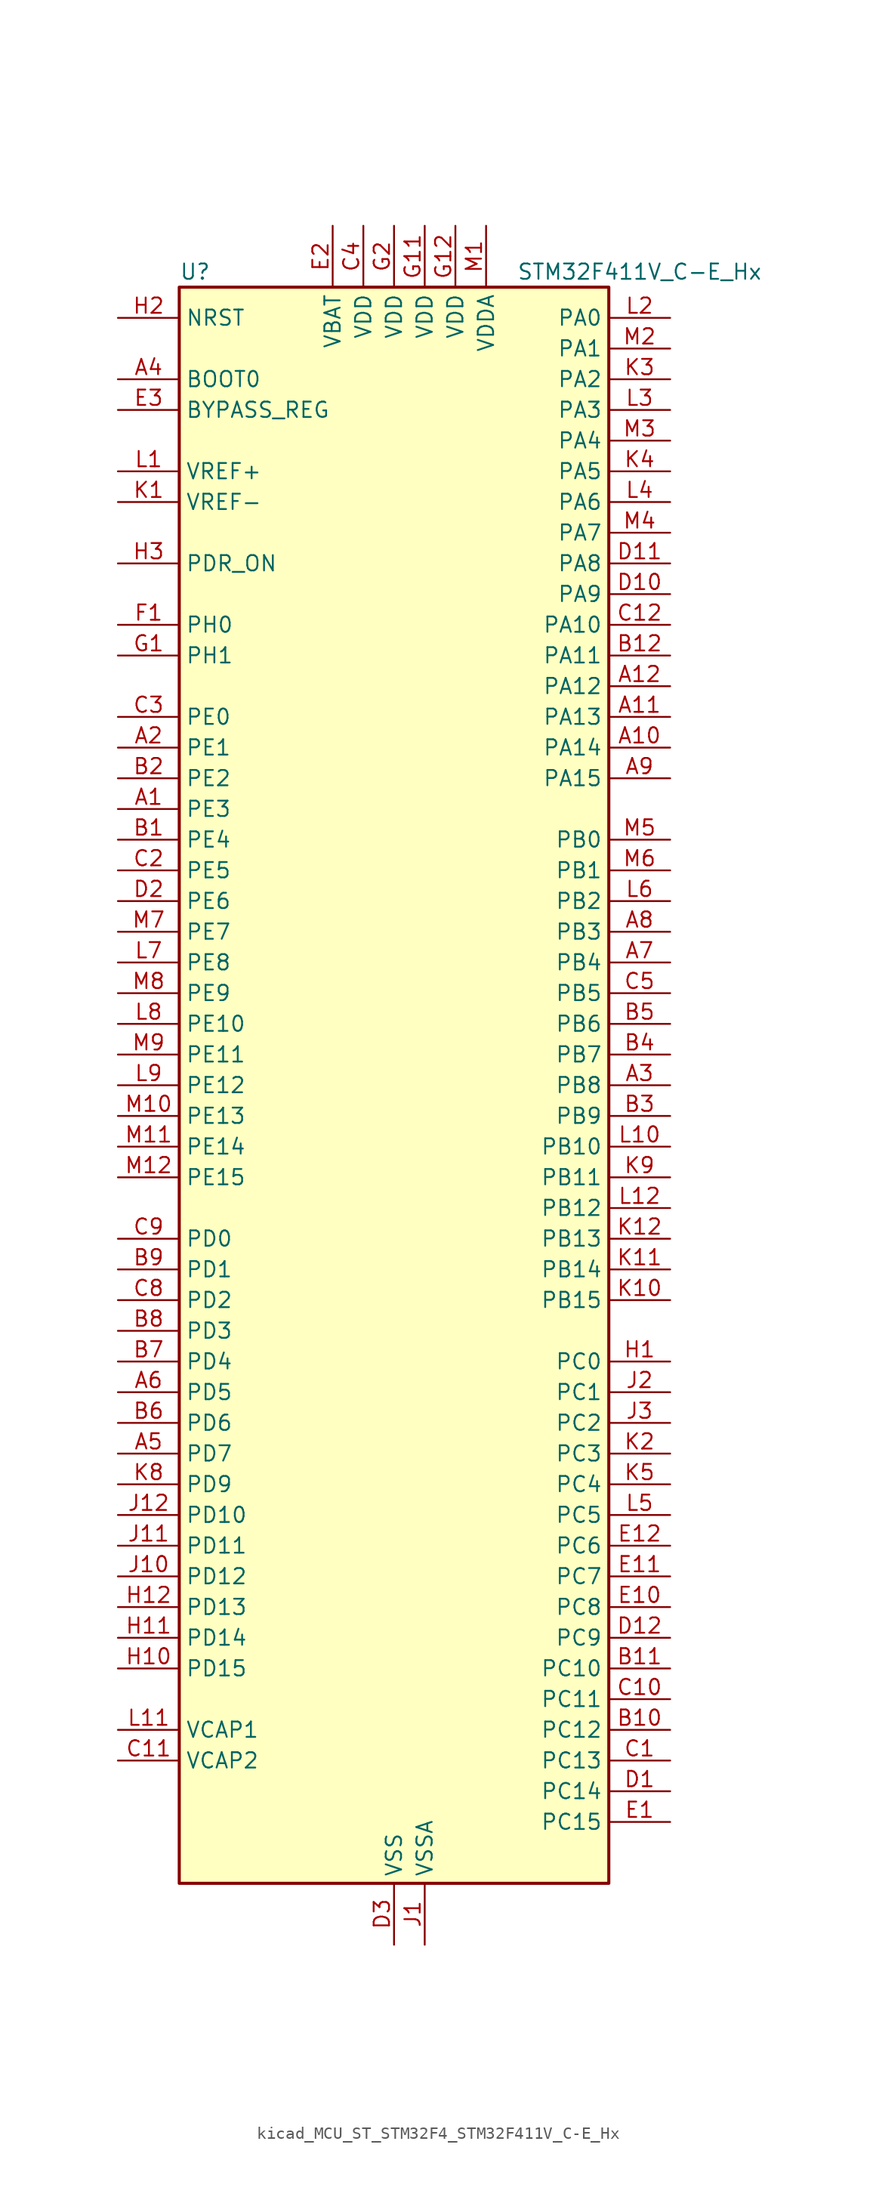
<source format=kicad_sym>
(kicad_symbol_lib
  (version 20220914)
  (generator kicad_symbol_editor)
  (symbol "kicad_MCU_ST_STM32F4_STM32F411V_C-E_Hx"
    (property "Reference" "U"
      (at -17.78 67.31 0)
      (effects (font (size 1.27 1.27)) (justify left)))
    (property "Value" "STM32F411V_C-E_Hx"
      (at 10.16 67.31 0)
      (effects (font (size 1.27 1.27)) (justify left)))
    (property "ki_locked" ""
      (at 0 0 0)
      (effects (font (size 1.27 1.27))))
    (symbol "kicad_MCU_ST_STM32F4_STM32F411V_C-E_Hx_0_1"
      (rectangle (start -17.78 -66.04) (end 17.78 66.04) (stroke (width 0.254) (type default)) (fill (type background))))
    (symbol "kicad_MCU_ST_STM32F4_STM32F411V_C-E_Hx_1_1"
      (pin bidirectional line (at -22.86 22.86 0) (length 5.08) (name "PE3" (effects (font (size 1.27 1.27)))) (number "A1" (effects (font (size 1.27 1.27)))) (alternate "SYS_TRACED0" bidirectional line))
      (pin bidirectional line (at 22.86 27.94 180) (length 5.08) (name "PA14" (effects (font (size 1.27 1.27)))) (number "A10" (effects (font (size 1.27 1.27)))) (alternate "SYS_JTCK-SWCLK" bidirectional line))
      (pin bidirectional line (at 22.86 30.48 180) (length 5.08) (name "PA13" (effects (font (size 1.27 1.27)))) (number "A11" (effects (font (size 1.27 1.27)))) (alternate "SYS_JTMS-SWDIO" bidirectional line))
      (pin bidirectional line (at 22.86 33.02 180) (length 5.08) (name "PA12" (effects (font (size 1.27 1.27)))) (number "A12" (effects (font (size 1.27 1.27)))) (alternate "SPI5_MISO" bidirectional line) (alternate "TIM1_ETR" bidirectional line) (alternate "USART1_RTS" bidirectional line) (alternate "USART6_RX" bidirectional line) (alternate "USB_OTG_FS_DP" bidirectional line))
      (pin bidirectional line (at -22.86 27.94 0) (length 5.08) (name "PE1" (effects (font (size 1.27 1.27)))) (number "A2" (effects (font (size 1.27 1.27)))))
      (pin bidirectional line (at 22.86 0 180) (length 5.08) (name "PB8" (effects (font (size 1.27 1.27)))) (number "A3" (effects (font (size 1.27 1.27)))) (alternate "I2C1_SCL" bidirectional line) (alternate "I2C3_SDA" bidirectional line) (alternate "I2S5_SD" bidirectional line) (alternate "SDIO_D4" bidirectional line) (alternate "SPI5_MOSI" bidirectional line) (alternate "TIM10_CH1" bidirectional line) (alternate "TIM4_CH3" bidirectional line))
      (pin input line (at -22.86 58.42 0) (length 5.08) (name "BOOT0" (effects (font (size 1.27 1.27)))) (number "A4" (effects (font (size 1.27 1.27)))))
      (pin bidirectional line (at -22.86 -30.48 0) (length 5.08) (name "PD7" (effects (font (size 1.27 1.27)))) (number "A5" (effects (font (size 1.27 1.27)))) (alternate "USART2_CK" bidirectional line))
      (pin bidirectional line (at -22.86 -25.4 0) (length 5.08) (name "PD5" (effects (font (size 1.27 1.27)))) (number "A6" (effects (font (size 1.27 1.27)))) (alternate "USART2_TX" bidirectional line))
      (pin bidirectional line (at 22.86 10.16 180) (length 5.08) (name "PB4" (effects (font (size 1.27 1.27)))) (number "A7" (effects (font (size 1.27 1.27)))) (alternate "I2C3_SDA" bidirectional line) (alternate "I2S3_ext_SD" bidirectional line) (alternate "SDIO_D0" bidirectional line) (alternate "SPI1_MISO" bidirectional line) (alternate "SPI3_MISO" bidirectional line) (alternate "SYS_JTRST" bidirectional line) (alternate "TIM3_CH1" bidirectional line))
      (pin bidirectional line (at 22.86 12.7 180) (length 5.08) (name "PB3" (effects (font (size 1.27 1.27)))) (number "A8" (effects (font (size 1.27 1.27)))) (alternate "I2C2_SDA" bidirectional line) (alternate "I2S1_CK" bidirectional line) (alternate "I2S3_CK" bidirectional line) (alternate "SPI1_SCK" bidirectional line) (alternate "SPI3_SCK" bidirectional line) (alternate "SYS_JTDO-SWO" bidirectional line) (alternate "TIM2_CH2" bidirectional line) (alternate "USART1_RX" bidirectional line))
      (pin bidirectional line (at 22.86 25.4 180) (length 5.08) (name "PA15" (effects (font (size 1.27 1.27)))) (number "A9" (effects (font (size 1.27 1.27)))) (alternate "ADC1_EXTI15" bidirectional line) (alternate "I2S1_WS" bidirectional line) (alternate "I2S3_WS" bidirectional line) (alternate "SPI1_NSS" bidirectional line) (alternate "SPI3_NSS" bidirectional line) (alternate "SYS_JTDI" bidirectional line) (alternate "TIM2_CH1" bidirectional line) (alternate "TIM2_ETR" bidirectional line) (alternate "USART1_TX" bidirectional line))
      (pin bidirectional line (at -22.86 20.32 0) (length 5.08) (name "PE4" (effects (font (size 1.27 1.27)))) (number "B1" (effects (font (size 1.27 1.27)))) (alternate "I2S4_WS" bidirectional line) (alternate "I2S5_WS" bidirectional line) (alternate "SPI4_NSS" bidirectional line) (alternate "SPI5_NSS" bidirectional line) (alternate "SYS_TRACED1" bidirectional line))
      (pin bidirectional line (at 22.86 -53.34 180) (length 5.08) (name "PC12" (effects (font (size 1.27 1.27)))) (number "B10" (effects (font (size 1.27 1.27)))) (alternate "I2S3_SD" bidirectional line) (alternate "SDIO_CK" bidirectional line) (alternate "SPI3_MOSI" bidirectional line))
      (pin bidirectional line (at 22.86 -48.26 180) (length 5.08) (name "PC10" (effects (font (size 1.27 1.27)))) (number "B11" (effects (font (size 1.27 1.27)))) (alternate "I2S3_CK" bidirectional line) (alternate "SDIO_D2" bidirectional line) (alternate "SPI3_SCK" bidirectional line))
      (pin bidirectional line (at 22.86 35.56 180) (length 5.08) (name "PA11" (effects (font (size 1.27 1.27)))) (number "B12" (effects (font (size 1.27 1.27)))) (alternate "ADC1_EXTI11" bidirectional line) (alternate "SPI4_MISO" bidirectional line) (alternate "TIM1_CH4" bidirectional line) (alternate "USART1_CTS" bidirectional line) (alternate "USART6_TX" bidirectional line) (alternate "USB_OTG_FS_DM" bidirectional line))
      (pin bidirectional line (at -22.86 25.4 0) (length 5.08) (name "PE2" (effects (font (size 1.27 1.27)))) (number "B2" (effects (font (size 1.27 1.27)))) (alternate "I2S4_CK" bidirectional line) (alternate "I2S5_CK" bidirectional line) (alternate "SPI4_SCK" bidirectional line) (alternate "SPI5_SCK" bidirectional line) (alternate "SYS_TRACECLK" bidirectional line))
      (pin bidirectional line (at 22.86 -2.54 180) (length 5.08) (name "PB9" (effects (font (size 1.27 1.27)))) (number "B3" (effects (font (size 1.27 1.27)))) (alternate "I2C1_SDA" bidirectional line) (alternate "I2C2_SDA" bidirectional line) (alternate "I2S2_WS" bidirectional line) (alternate "SDIO_D5" bidirectional line) (alternate "SPI2_NSS" bidirectional line) (alternate "TIM11_CH1" bidirectional line) (alternate "TIM4_CH4" bidirectional line))
      (pin bidirectional line (at 22.86 2.54 180) (length 5.08) (name "PB7" (effects (font (size 1.27 1.27)))) (number "B4" (effects (font (size 1.27 1.27)))) (alternate "I2C1_SDA" bidirectional line) (alternate "SDIO_D0" bidirectional line) (alternate "TIM4_CH2" bidirectional line) (alternate "USART1_RX" bidirectional line))
      (pin bidirectional line (at 22.86 5.08 180) (length 5.08) (name "PB6" (effects (font (size 1.27 1.27)))) (number "B5" (effects (font (size 1.27 1.27)))) (alternate "I2C1_SCL" bidirectional line) (alternate "TIM4_CH1" bidirectional line) (alternate "USART1_TX" bidirectional line))
      (pin bidirectional line (at -22.86 -27.94 0) (length 5.08) (name "PD6" (effects (font (size 1.27 1.27)))) (number "B6" (effects (font (size 1.27 1.27)))) (alternate "I2S3_SD" bidirectional line) (alternate "SPI3_MOSI" bidirectional line) (alternate "USART2_RX" bidirectional line))
      (pin bidirectional line (at -22.86 -22.86 0) (length 5.08) (name "PD4" (effects (font (size 1.27 1.27)))) (number "B7" (effects (font (size 1.27 1.27)))) (alternate "USART2_RTS" bidirectional line))
      (pin bidirectional line (at -22.86 -20.32 0) (length 5.08) (name "PD3" (effects (font (size 1.27 1.27)))) (number "B8" (effects (font (size 1.27 1.27)))) (alternate "I2S2_CK" bidirectional line) (alternate "SPI2_SCK" bidirectional line) (alternate "USART2_CTS" bidirectional line))
      (pin bidirectional line (at -22.86 -15.24 0) (length 5.08) (name "PD1" (effects (font (size 1.27 1.27)))) (number "B9" (effects (font (size 1.27 1.27)))))
      (pin bidirectional line (at 22.86 -55.88 180) (length 5.08) (name "PC13" (effects (font (size 1.27 1.27)))) (number "C1" (effects (font (size 1.27 1.27)))) (alternate "RTC_AF1" bidirectional line))
      (pin bidirectional line (at 22.86 -50.8 180) (length 5.08) (name "PC11" (effects (font (size 1.27 1.27)))) (number "C10" (effects (font (size 1.27 1.27)))) (alternate "ADC1_EXTI11" bidirectional line) (alternate "I2S3_ext_SD" bidirectional line) (alternate "SDIO_D3" bidirectional line) (alternate "SPI3_MISO" bidirectional line))
      (pin power_out line (at -22.86 -55.88 0) (length 5.08) (name "VCAP2" (effects (font (size 1.27 1.27)))) (number "C11" (effects (font (size 1.27 1.27)))))
      (pin bidirectional line (at 22.86 38.1 180) (length 5.08) (name "PA10" (effects (font (size 1.27 1.27)))) (number "C12" (effects (font (size 1.27 1.27)))) (alternate "I2S5_SD" bidirectional line) (alternate "SPI5_MOSI" bidirectional line) (alternate "TIM1_CH3" bidirectional line) (alternate "USART1_RX" bidirectional line) (alternate "USB_OTG_FS_ID" bidirectional line))
      (pin bidirectional line (at -22.86 17.78 0) (length 5.08) (name "PE5" (effects (font (size 1.27 1.27)))) (number "C2" (effects (font (size 1.27 1.27)))) (alternate "SPI4_MISO" bidirectional line) (alternate "SPI5_MISO" bidirectional line) (alternate "SYS_TRACED2" bidirectional line) (alternate "TIM9_CH1" bidirectional line))
      (pin bidirectional line (at -22.86 30.48 0) (length 5.08) (name "PE0" (effects (font (size 1.27 1.27)))) (number "C3" (effects (font (size 1.27 1.27)))) (alternate "TIM4_ETR" bidirectional line))
      (pin power_in line (at -2.54 71.12 270) (length 5.08) (name "VDD" (effects (font (size 1.27 1.27)))) (number "C4" (effects (font (size 1.27 1.27)))))
      (pin bidirectional line (at 22.86 7.62 180) (length 5.08) (name "PB5" (effects (font (size 1.27 1.27)))) (number "C5" (effects (font (size 1.27 1.27)))) (alternate "I2C1_SMBA" bidirectional line) (alternate "I2S1_SD" bidirectional line) (alternate "I2S3_SD" bidirectional line) (alternate "SDIO_D3" bidirectional line) (alternate "SPI1_MOSI" bidirectional line) (alternate "SPI3_MOSI" bidirectional line) (alternate "TIM3_CH2" bidirectional line))
      (pin bidirectional line (at -22.86 -17.78 0) (length 5.08) (name "PD2" (effects (font (size 1.27 1.27)))) (number "C8" (effects (font (size 1.27 1.27)))) (alternate "SDIO_CMD" bidirectional line) (alternate "TIM3_ETR" bidirectional line))
      (pin bidirectional line (at -22.86 -12.7 0) (length 5.08) (name "PD0" (effects (font (size 1.27 1.27)))) (number "C9" (effects (font (size 1.27 1.27)))))
      (pin bidirectional line (at 22.86 -58.42 180) (length 5.08) (name "PC14" (effects (font (size 1.27 1.27)))) (number "D1" (effects (font (size 1.27 1.27)))) (alternate "RCC_OSC32_IN" bidirectional line))
      (pin bidirectional line (at 22.86 40.64 180) (length 5.08) (name "PA9" (effects (font (size 1.27 1.27)))) (number "D10" (effects (font (size 1.27 1.27)))) (alternate "I2C3_SMBA" bidirectional line) (alternate "SDIO_D2" bidirectional line) (alternate "TIM1_CH2" bidirectional line) (alternate "USART1_TX" bidirectional line) (alternate "USB_OTG_FS_VBUS" bidirectional line))
      (pin bidirectional line (at 22.86 43.18 180) (length 5.08) (name "PA8" (effects (font (size 1.27 1.27)))) (number "D11" (effects (font (size 1.27 1.27)))) (alternate "I2C3_SCL" bidirectional line) (alternate "RCC_MCO_1" bidirectional line) (alternate "SDIO_D1" bidirectional line) (alternate "TIM1_CH1" bidirectional line) (alternate "USART1_CK" bidirectional line) (alternate "USB_OTG_FS_SOF" bidirectional line))
      (pin bidirectional line (at 22.86 -45.72 180) (length 5.08) (name "PC9" (effects (font (size 1.27 1.27)))) (number "D12" (effects (font (size 1.27 1.27)))) (alternate "I2C3_SDA" bidirectional line) (alternate "I2S_CKIN" bidirectional line) (alternate "RCC_MCO_2" bidirectional line) (alternate "SDIO_D1" bidirectional line) (alternate "TIM3_CH4" bidirectional line))
      (pin bidirectional line (at -22.86 15.24 0) (length 5.08) (name "PE6" (effects (font (size 1.27 1.27)))) (number "D2" (effects (font (size 1.27 1.27)))) (alternate "I2S4_SD" bidirectional line) (alternate "I2S5_SD" bidirectional line) (alternate "SPI4_MOSI" bidirectional line) (alternate "SPI5_MOSI" bidirectional line) (alternate "SYS_TRACED3" bidirectional line) (alternate "TIM9_CH2" bidirectional line))
      (pin power_in line (at 0 -71.12 90) (length 5.08) (name "VSS" (effects (font (size 1.27 1.27)))) (number "D3" (effects (font (size 1.27 1.27)))))
      (pin bidirectional line (at 22.86 -60.96 180) (length 5.08) (name "PC15" (effects (font (size 1.27 1.27)))) (number "E1" (effects (font (size 1.27 1.27)))) (alternate "ADC1_EXTI15" bidirectional line) (alternate "RCC_OSC32_OUT" bidirectional line))
      (pin bidirectional line (at 22.86 -43.18 180) (length 5.08) (name "PC8" (effects (font (size 1.27 1.27)))) (number "E10" (effects (font (size 1.27 1.27)))) (alternate "SDIO_D0" bidirectional line) (alternate "TIM3_CH3" bidirectional line) (alternate "USART6_CK" bidirectional line))
      (pin bidirectional line (at 22.86 -40.64 180) (length 5.08) (name "PC7" (effects (font (size 1.27 1.27)))) (number "E11" (effects (font (size 1.27 1.27)))) (alternate "I2S2_CK" bidirectional line) (alternate "I2S3_MCK" bidirectional line) (alternate "SDIO_D7" bidirectional line) (alternate "SPI2_SCK" bidirectional line) (alternate "TIM3_CH2" bidirectional line) (alternate "USART6_RX" bidirectional line))
      (pin bidirectional line (at 22.86 -38.1 180) (length 5.08) (name "PC6" (effects (font (size 1.27 1.27)))) (number "E12" (effects (font (size 1.27 1.27)))) (alternate "I2S2_MCK" bidirectional line) (alternate "SDIO_D6" bidirectional line) (alternate "TIM3_CH1" bidirectional line) (alternate "USART6_TX" bidirectional line))
      (pin power_in line (at -5.08 71.12 270) (length 5.08) (name "VBAT" (effects (font (size 1.27 1.27)))) (number "E2" (effects (font (size 1.27 1.27)))))
      (pin input line (at -22.86 55.88 0) (length 5.08) (name "BYPASS_REG" (effects (font (size 1.27 1.27)))) (number "E3" (effects (font (size 1.27 1.27)))))
      (pin bidirectional line (at -22.86 38.1 0) (length 5.08) (name "PH0" (effects (font (size 1.27 1.27)))) (number "F1" (effects (font (size 1.27 1.27)))) (alternate "RCC_OSC_IN" bidirectional line))
      (pin passive line (at 0 -71.12 90) (length 5.08) hide (name "VSS" (effects (font (size 1.27 1.27)))) (number "F11" (effects (font (size 1.27 1.27)))))
      (pin passive line (at 0 -71.12 90) (length 5.08) hide (name "VSS" (effects (font (size 1.27 1.27)))) (number "F12" (effects (font (size 1.27 1.27)))))
      (pin passive line (at 0 -71.12 90) (length 5.08) hide (name "VSS" (effects (font (size 1.27 1.27)))) (number "F2" (effects (font (size 1.27 1.27)))))
      (pin bidirectional line (at -22.86 35.56 0) (length 5.08) (name "PH1" (effects (font (size 1.27 1.27)))) (number "G1" (effects (font (size 1.27 1.27)))) (alternate "RCC_OSC_OUT" bidirectional line))
      (pin power_in line (at 2.54 71.12 270) (length 5.08) (name "VDD" (effects (font (size 1.27 1.27)))) (number "G11" (effects (font (size 1.27 1.27)))))
      (pin power_in line (at 5.08 71.12 270) (length 5.08) (name "VDD" (effects (font (size 1.27 1.27)))) (number "G12" (effects (font (size 1.27 1.27)))))
      (pin power_in line (at 0 71.12 270) (length 5.08) (name "VDD" (effects (font (size 1.27 1.27)))) (number "G2" (effects (font (size 1.27 1.27)))))
      (pin bidirectional line (at 22.86 -22.86 180) (length 5.08) (name "PC0" (effects (font (size 1.27 1.27)))) (number "H1" (effects (font (size 1.27 1.27)))) (alternate "ADC1_IN10" bidirectional line))
      (pin bidirectional line (at -22.86 -48.26 0) (length 5.08) (name "PD15" (effects (font (size 1.27 1.27)))) (number "H10" (effects (font (size 1.27 1.27)))) (alternate "ADC1_EXTI15" bidirectional line) (alternate "TIM4_CH4" bidirectional line))
      (pin bidirectional line (at -22.86 -45.72 0) (length 5.08) (name "PD14" (effects (font (size 1.27 1.27)))) (number "H11" (effects (font (size 1.27 1.27)))) (alternate "TIM4_CH3" bidirectional line))
      (pin bidirectional line (at -22.86 -43.18 0) (length 5.08) (name "PD13" (effects (font (size 1.27 1.27)))) (number "H12" (effects (font (size 1.27 1.27)))) (alternate "TIM4_CH2" bidirectional line))
      (pin input line (at -22.86 63.5 0) (length 5.08) (name "NRST" (effects (font (size 1.27 1.27)))) (number "H2" (effects (font (size 1.27 1.27)))))
      (pin input line (at -22.86 43.18 0) (length 5.08) (name "PDR_ON" (effects (font (size 1.27 1.27)))) (number "H3" (effects (font (size 1.27 1.27)))))
      (pin power_in line (at 2.54 -71.12 90) (length 5.08) (name "VSSA" (effects (font (size 1.27 1.27)))) (number "J1" (effects (font (size 1.27 1.27)))))
      (pin bidirectional line (at -22.86 -40.64 0) (length 5.08) (name "PD12" (effects (font (size 1.27 1.27)))) (number "J10" (effects (font (size 1.27 1.27)))) (alternate "TIM4_CH1" bidirectional line))
      (pin bidirectional line (at -22.86 -38.1 0) (length 5.08) (name "PD11" (effects (font (size 1.27 1.27)))) (number "J11" (effects (font (size 1.27 1.27)))) (alternate "ADC1_EXTI11" bidirectional line))
      (pin bidirectional line (at -22.86 -35.56 0) (length 5.08) (name "PD10" (effects (font (size 1.27 1.27)))) (number "J12" (effects (font (size 1.27 1.27)))))
      (pin bidirectional line (at 22.86 -25.4 180) (length 5.08) (name "PC1" (effects (font (size 1.27 1.27)))) (number "J2" (effects (font (size 1.27 1.27)))) (alternate "ADC1_IN11" bidirectional line))
      (pin bidirectional line (at 22.86 -27.94 180) (length 5.08) (name "PC2" (effects (font (size 1.27 1.27)))) (number "J3" (effects (font (size 1.27 1.27)))) (alternate "ADC1_IN12" bidirectional line) (alternate "I2S2_ext_SD" bidirectional line) (alternate "SPI2_MISO" bidirectional line))
      (pin input line (at -22.86 48.26 0) (length 5.08) (name "VREF-" (effects (font (size 1.27 1.27)))) (number "K1" (effects (font (size 1.27 1.27)))))
      (pin bidirectional line (at 22.86 -17.78 180) (length 5.08) (name "PB15" (effects (font (size 1.27 1.27)))) (number "K10" (effects (font (size 1.27 1.27)))) (alternate "ADC1_EXTI15" bidirectional line) (alternate "I2S2_SD" bidirectional line) (alternate "RTC_REFIN" bidirectional line) (alternate "SDIO_CK" bidirectional line) (alternate "SPI2_MOSI" bidirectional line) (alternate "TIM1_CH3N" bidirectional line))
      (pin bidirectional line (at 22.86 -15.24 180) (length 5.08) (name "PB14" (effects (font (size 1.27 1.27)))) (number "K11" (effects (font (size 1.27 1.27)))) (alternate "I2S2_ext_SD" bidirectional line) (alternate "SDIO_D6" bidirectional line) (alternate "SPI2_MISO" bidirectional line) (alternate "TIM1_CH2N" bidirectional line))
      (pin bidirectional line (at 22.86 -12.7 180) (length 5.08) (name "PB13" (effects (font (size 1.27 1.27)))) (number "K12" (effects (font (size 1.27 1.27)))) (alternate "I2S2_CK" bidirectional line) (alternate "I2S4_CK" bidirectional line) (alternate "SPI2_SCK" bidirectional line) (alternate "SPI4_SCK" bidirectional line) (alternate "TIM1_CH1N" bidirectional line))
      (pin bidirectional line (at 22.86 -30.48 180) (length 5.08) (name "PC3" (effects (font (size 1.27 1.27)))) (number "K2" (effects (font (size 1.27 1.27)))) (alternate "ADC1_IN13" bidirectional line) (alternate "I2S2_SD" bidirectional line) (alternate "SPI2_MOSI" bidirectional line))
      (pin bidirectional line (at 22.86 58.42 180) (length 5.08) (name "PA2" (effects (font (size 1.27 1.27)))) (number "K3" (effects (font (size 1.27 1.27)))) (alternate "ADC1_IN2" bidirectional line) (alternate "I2S_CKIN" bidirectional line) (alternate "TIM2_CH3" bidirectional line) (alternate "TIM5_CH3" bidirectional line) (alternate "TIM9_CH1" bidirectional line) (alternate "USART2_TX" bidirectional line))
      (pin bidirectional line (at 22.86 50.8 180) (length 5.08) (name "PA5" (effects (font (size 1.27 1.27)))) (number "K4" (effects (font (size 1.27 1.27)))) (alternate "ADC1_IN5" bidirectional line) (alternate "I2S1_CK" bidirectional line) (alternate "SPI1_SCK" bidirectional line) (alternate "TIM2_CH1" bidirectional line) (alternate "TIM2_ETR" bidirectional line))
      (pin bidirectional line (at 22.86 -33.02 180) (length 5.08) (name "PC4" (effects (font (size 1.27 1.27)))) (number "K5" (effects (font (size 1.27 1.27)))) (alternate "ADC1_IN14" bidirectional line))
      (pin bidirectional line (at -22.86 -33.02 0) (length 5.08) (name "PD9" (effects (font (size 1.27 1.27)))) (number "K8" (effects (font (size 1.27 1.27)))))
      (pin bidirectional line (at 22.86 -7.62 180) (length 5.08) (name "PB11" (effects (font (size 1.27 1.27)))) (number "K9" (effects (font (size 1.27 1.27)))) (alternate "ADC1_EXTI11" bidirectional line) (alternate "I2C2_SDA" bidirectional line) (alternate "I2S_CKIN" bidirectional line) (alternate "TIM2_CH4" bidirectional line))
      (pin input line (at -22.86 50.8 0) (length 5.08) (name "VREF+" (effects (font (size 1.27 1.27)))) (number "L1" (effects (font (size 1.27 1.27)))))
      (pin bidirectional line (at 22.86 -5.08 180) (length 5.08) (name "PB10" (effects (font (size 1.27 1.27)))) (number "L10" (effects (font (size 1.27 1.27)))) (alternate "I2C2_SCL" bidirectional line) (alternate "I2S2_CK" bidirectional line) (alternate "I2S3_MCK" bidirectional line) (alternate "SDIO_D7" bidirectional line) (alternate "SPI2_SCK" bidirectional line) (alternate "TIM2_CH3" bidirectional line))
      (pin power_out line (at -22.86 -53.34 0) (length 5.08) (name "VCAP1" (effects (font (size 1.27 1.27)))) (number "L11" (effects (font (size 1.27 1.27)))))
      (pin bidirectional line (at 22.86 -10.16 180) (length 5.08) (name "PB12" (effects (font (size 1.27 1.27)))) (number "L12" (effects (font (size 1.27 1.27)))) (alternate "I2C2_SMBA" bidirectional line) (alternate "I2S2_WS" bidirectional line) (alternate "I2S3_CK" bidirectional line) (alternate "I2S4_WS" bidirectional line) (alternate "SPI2_NSS" bidirectional line) (alternate "SPI3_SCK" bidirectional line) (alternate "SPI4_NSS" bidirectional line) (alternate "TIM1_BKIN" bidirectional line))
      (pin bidirectional line (at 22.86 63.5 180) (length 5.08) (name "PA0" (effects (font (size 1.27 1.27)))) (number "L2" (effects (font (size 1.27 1.27)))) (alternate "ADC1_IN0" bidirectional line) (alternate "SYS_WKUP" bidirectional line) (alternate "TIM2_CH1" bidirectional line) (alternate "TIM2_ETR" bidirectional line) (alternate "TIM5_CH1" bidirectional line) (alternate "USART2_CTS" bidirectional line))
      (pin bidirectional line (at 22.86 55.88 180) (length 5.08) (name "PA3" (effects (font (size 1.27 1.27)))) (number "L3" (effects (font (size 1.27 1.27)))) (alternate "ADC1_IN3" bidirectional line) (alternate "I2S2_MCK" bidirectional line) (alternate "TIM2_CH4" bidirectional line) (alternate "TIM5_CH4" bidirectional line) (alternate "TIM9_CH2" bidirectional line) (alternate "USART2_RX" bidirectional line))
      (pin bidirectional line (at 22.86 48.26 180) (length 5.08) (name "PA6" (effects (font (size 1.27 1.27)))) (number "L4" (effects (font (size 1.27 1.27)))) (alternate "ADC1_IN6" bidirectional line) (alternate "I2S2_MCK" bidirectional line) (alternate "SDIO_CMD" bidirectional line) (alternate "SPI1_MISO" bidirectional line) (alternate "TIM1_BKIN" bidirectional line) (alternate "TIM3_CH1" bidirectional line))
      (pin bidirectional line (at 22.86 -35.56 180) (length 5.08) (name "PC5" (effects (font (size 1.27 1.27)))) (number "L5" (effects (font (size 1.27 1.27)))) (alternate "ADC1_IN15" bidirectional line))
      (pin bidirectional line (at 22.86 15.24 180) (length 5.08) (name "PB2" (effects (font (size 1.27 1.27)))) (number "L6" (effects (font (size 1.27 1.27)))))
      (pin bidirectional line (at -22.86 10.16 0) (length 5.08) (name "PE8" (effects (font (size 1.27 1.27)))) (number "L7" (effects (font (size 1.27 1.27)))) (alternate "TIM1_CH1N" bidirectional line))
      (pin bidirectional line (at -22.86 5.08 0) (length 5.08) (name "PE10" (effects (font (size 1.27 1.27)))) (number "L8" (effects (font (size 1.27 1.27)))) (alternate "TIM1_CH2N" bidirectional line))
      (pin bidirectional line (at -22.86 0 0) (length 5.08) (name "PE12" (effects (font (size 1.27 1.27)))) (number "L9" (effects (font (size 1.27 1.27)))) (alternate "I2S4_CK" bidirectional line) (alternate "I2S5_CK" bidirectional line) (alternate "SPI4_SCK" bidirectional line) (alternate "SPI5_SCK" bidirectional line) (alternate "TIM1_CH3N" bidirectional line))
      (pin power_in line (at 7.62 71.12 270) (length 5.08) (name "VDDA" (effects (font (size 1.27 1.27)))) (number "M1" (effects (font (size 1.27 1.27)))))
      (pin bidirectional line (at -22.86 -2.54 0) (length 5.08) (name "PE13" (effects (font (size 1.27 1.27)))) (number "M10" (effects (font (size 1.27 1.27)))) (alternate "SPI4_MISO" bidirectional line) (alternate "SPI5_MISO" bidirectional line) (alternate "TIM1_CH3" bidirectional line))
      (pin bidirectional line (at -22.86 -5.08 0) (length 5.08) (name "PE14" (effects (font (size 1.27 1.27)))) (number "M11" (effects (font (size 1.27 1.27)))) (alternate "I2S4_SD" bidirectional line) (alternate "I2S5_SD" bidirectional line) (alternate "SPI4_MOSI" bidirectional line) (alternate "SPI5_MOSI" bidirectional line) (alternate "TIM1_CH4" bidirectional line))
      (pin bidirectional line (at -22.86 -7.62 0) (length 5.08) (name "PE15" (effects (font (size 1.27 1.27)))) (number "M12" (effects (font (size 1.27 1.27)))) (alternate "ADC1_EXTI15" bidirectional line) (alternate "TIM1_BKIN" bidirectional line))
      (pin bidirectional line (at 22.86 60.96 180) (length 5.08) (name "PA1" (effects (font (size 1.27 1.27)))) (number "M2" (effects (font (size 1.27 1.27)))) (alternate "ADC1_IN1" bidirectional line) (alternate "I2S4_SD" bidirectional line) (alternate "SPI4_MOSI" bidirectional line) (alternate "TIM2_CH2" bidirectional line) (alternate "TIM5_CH2" bidirectional line) (alternate "USART2_RTS" bidirectional line))
      (pin bidirectional line (at 22.86 53.34 180) (length 5.08) (name "PA4" (effects (font (size 1.27 1.27)))) (number "M3" (effects (font (size 1.27 1.27)))) (alternate "ADC1_IN4" bidirectional line) (alternate "I2S1_WS" bidirectional line) (alternate "I2S3_WS" bidirectional line) (alternate "SPI1_NSS" bidirectional line) (alternate "SPI3_NSS" bidirectional line) (alternate "USART2_CK" bidirectional line))
      (pin bidirectional line (at 22.86 45.72 180) (length 5.08) (name "PA7" (effects (font (size 1.27 1.27)))) (number "M4" (effects (font (size 1.27 1.27)))) (alternate "ADC1_IN7" bidirectional line) (alternate "I2S1_SD" bidirectional line) (alternate "SPI1_MOSI" bidirectional line) (alternate "TIM1_CH1N" bidirectional line) (alternate "TIM3_CH2" bidirectional line))
      (pin bidirectional line (at 22.86 20.32 180) (length 5.08) (name "PB0" (effects (font (size 1.27 1.27)))) (number "M5" (effects (font (size 1.27 1.27)))) (alternate "ADC1_IN8" bidirectional line) (alternate "I2S5_CK" bidirectional line) (alternate "SPI5_SCK" bidirectional line) (alternate "TIM1_CH2N" bidirectional line) (alternate "TIM3_CH3" bidirectional line))
      (pin bidirectional line (at 22.86 17.78 180) (length 5.08) (name "PB1" (effects (font (size 1.27 1.27)))) (number "M6" (effects (font (size 1.27 1.27)))) (alternate "ADC1_IN9" bidirectional line) (alternate "I2S5_WS" bidirectional line) (alternate "SPI5_NSS" bidirectional line) (alternate "TIM1_CH3N" bidirectional line) (alternate "TIM3_CH4" bidirectional line))
      (pin bidirectional line (at -22.86 12.7 0) (length 5.08) (name "PE7" (effects (font (size 1.27 1.27)))) (number "M7" (effects (font (size 1.27 1.27)))) (alternate "TIM1_ETR" bidirectional line))
      (pin bidirectional line (at -22.86 7.62 0) (length 5.08) (name "PE9" (effects (font (size 1.27 1.27)))) (number "M8" (effects (font (size 1.27 1.27)))) (alternate "TIM1_CH1" bidirectional line))
      (pin bidirectional line (at -22.86 2.54 0) (length 5.08) (name "PE11" (effects (font (size 1.27 1.27)))) (number "M9" (effects (font (size 1.27 1.27)))) (alternate "ADC1_EXTI11" bidirectional line) (alternate "I2S4_WS" bidirectional line) (alternate "I2S5_WS" bidirectional line) (alternate "SPI4_NSS" bidirectional line) (alternate "SPI5_NSS" bidirectional line) (alternate "TIM1_CH2" bidirectional line)))))
</source>
